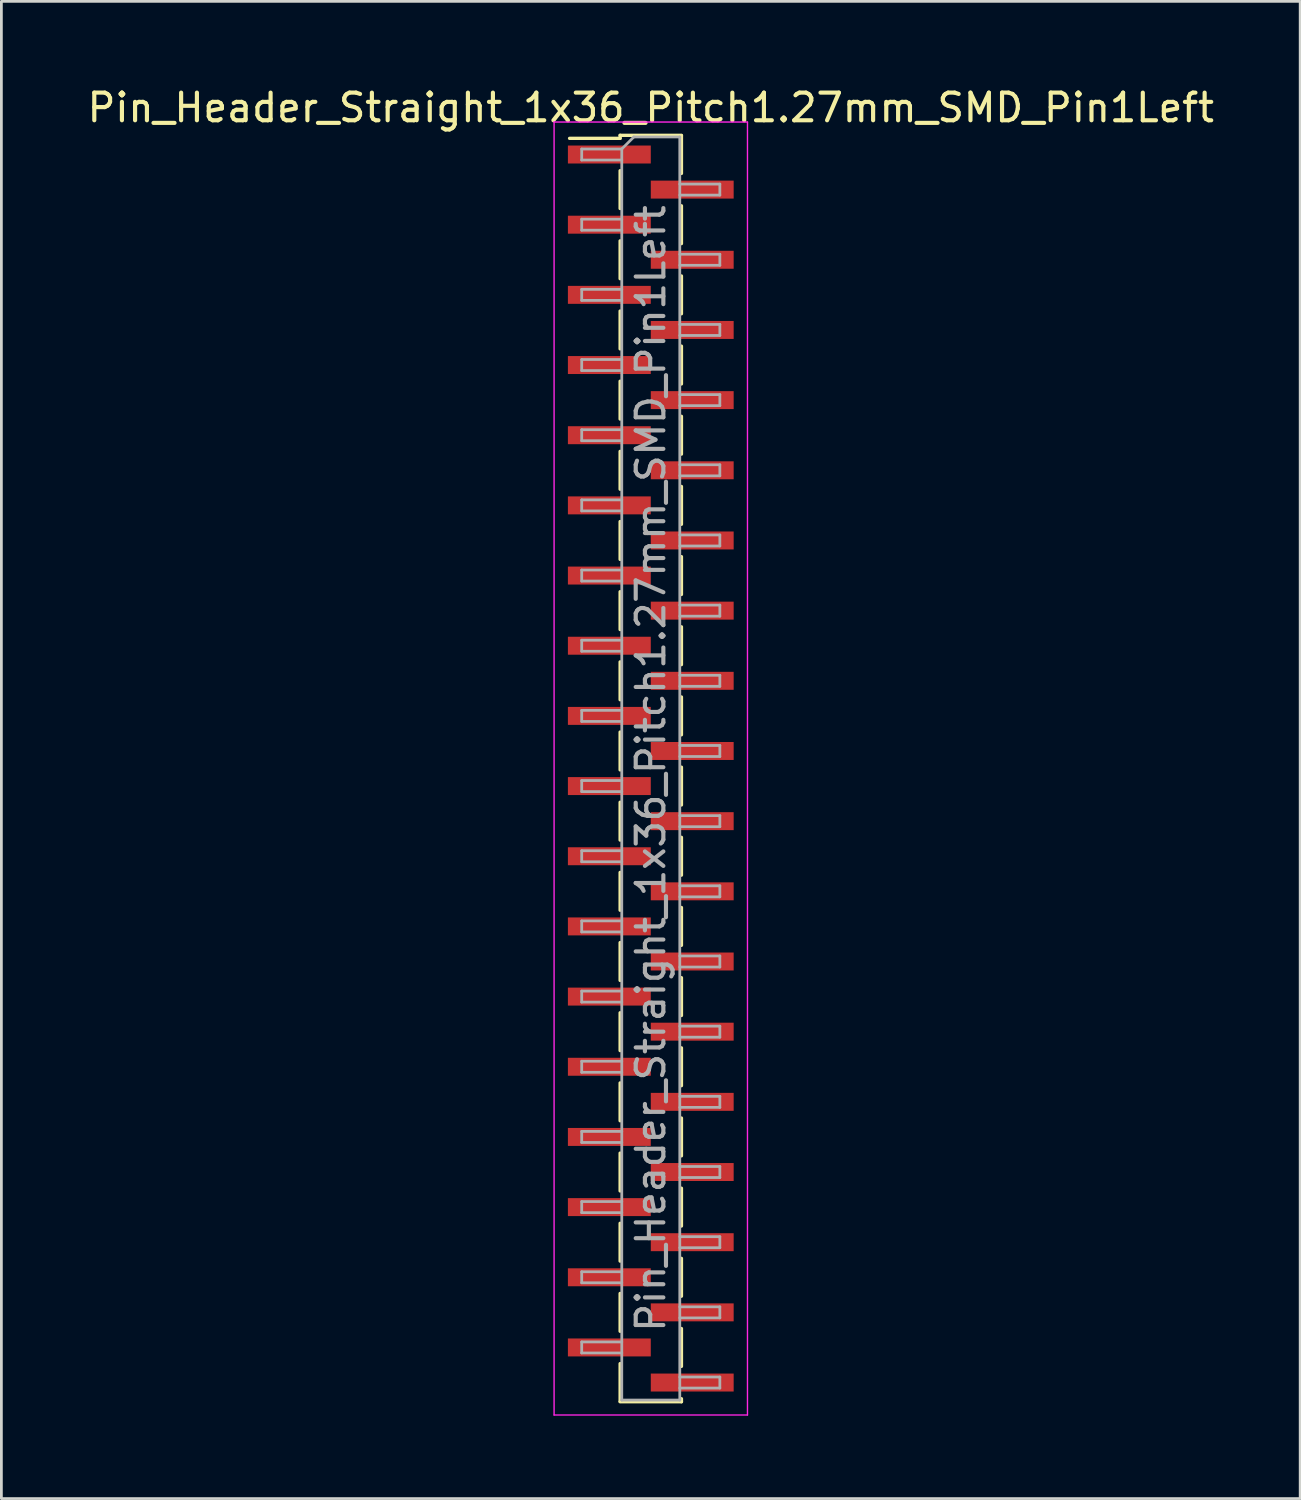
<source format=kicad_pcb>
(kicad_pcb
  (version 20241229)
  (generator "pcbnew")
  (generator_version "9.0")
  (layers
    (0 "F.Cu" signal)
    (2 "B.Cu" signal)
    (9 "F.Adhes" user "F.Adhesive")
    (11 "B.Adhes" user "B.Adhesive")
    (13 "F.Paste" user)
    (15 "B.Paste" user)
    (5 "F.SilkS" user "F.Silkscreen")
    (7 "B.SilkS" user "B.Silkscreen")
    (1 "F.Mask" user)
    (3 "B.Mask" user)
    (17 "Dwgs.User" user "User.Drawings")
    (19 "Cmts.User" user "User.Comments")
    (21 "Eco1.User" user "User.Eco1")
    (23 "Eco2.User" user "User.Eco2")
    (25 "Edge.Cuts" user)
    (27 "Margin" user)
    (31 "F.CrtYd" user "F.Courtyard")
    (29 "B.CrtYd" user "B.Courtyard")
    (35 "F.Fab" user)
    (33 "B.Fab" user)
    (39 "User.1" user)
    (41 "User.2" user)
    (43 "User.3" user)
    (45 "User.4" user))
  (footprint "Pin_Header_Straight_1x36_Pitch1.27mm_SMD_Pin1Left"
    (layer "F.Cu")
    (at 20.506 24.768)
    (property "Reference" "Pin_Header_Straight_1x36_Pitch1.27mm_SMD_Pin1Left" (at 0 -23.92 0) (layer "F.SilkS") (effects (font (size 1 1) (thickness 0.15))))
    (attr smd)
    (fp_line (start -1.11 -22.92) (end -1.11 -22.81) (stroke (width 0.12) (type solid)) (layer "F.SilkS"))
    (fp_line (start -1.11 -22.92) (end 1.11 -22.92) (stroke (width 0.12) (type solid)) (layer "F.SilkS"))
    (fp_line (start -1.11 -22.81) (end -2.94 -22.81) (stroke (width 0.12) (type solid)) (layer "F.SilkS"))
    (fp_line (start -1.11 -21.64) (end -1.11 -20.27) (stroke (width 0.12) (type solid)) (layer "F.SilkS"))
    (fp_line (start -1.11 -19.1) (end -1.11 -17.73) (stroke (width 0.12) (type solid)) (layer "F.SilkS"))
    (fp_line (start -1.11 -16.56) (end -1.11 -15.19) (stroke (width 0.12) (type solid)) (layer "F.SilkS"))
    (fp_line (start -1.11 -14.02) (end -1.11 -12.65) (stroke (width 0.12) (type solid)) (layer "F.SilkS"))
    (fp_line (start -1.11 -11.48) (end -1.11 -10.11) (stroke (width 0.12) (type solid)) (layer "F.SilkS"))
    (fp_line (start -1.11 -8.94) (end -1.11 -7.57) (stroke (width 0.12) (type solid)) (layer "F.SilkS"))
    (fp_line (start -1.11 -6.4) (end -1.11 -5.03) (stroke (width 0.12) (type solid)) (layer "F.SilkS"))
    (fp_line (start -1.11 -3.86) (end -1.11 -2.49) (stroke (width 0.12) (type solid)) (layer "F.SilkS"))
    (fp_line (start -1.11 -1.32) (end -1.11 0.05) (stroke (width 0.12) (type solid)) (layer "F.SilkS"))
    (fp_line (start -1.11 1.22) (end -1.11 2.59) (stroke (width 0.12) (type solid)) (layer "F.SilkS"))
    (fp_line (start -1.11 3.76) (end -1.11 5.13) (stroke (width 0.12) (type solid)) (layer "F.SilkS"))
    (fp_line (start -1.11 6.3) (end -1.11 7.67) (stroke (width 0.12) (type solid)) (layer "F.SilkS"))
    (fp_line (start -1.11 8.84) (end -1.11 10.21) (stroke (width 0.12) (type solid)) (layer "F.SilkS"))
    (fp_line (start -1.11 11.38) (end -1.11 12.75) (stroke (width 0.12) (type solid)) (layer "F.SilkS"))
    (fp_line (start -1.11 13.92) (end -1.11 15.29) (stroke (width 0.12) (type solid)) (layer "F.SilkS"))
    (fp_line (start -1.11 16.46) (end -1.11 17.83) (stroke (width 0.12) (type solid)) (layer "F.SilkS"))
    (fp_line (start -1.11 19) (end -1.11 20.37) (stroke (width 0.12) (type solid)) (layer "F.SilkS"))
    (fp_line (start -1.11 21.54) (end -1.11 22.91) (stroke (width 0.12) (type solid)) (layer "F.SilkS"))
    (fp_line (start -1.11 22.92) (end 1.11 22.92) (stroke (width 0.12) (type solid)) (layer "F.SilkS"))
    (fp_line (start 1.11 -22.91) (end 1.11 -21.54) (stroke (width 0.12) (type solid)) (layer "F.SilkS"))
    (fp_line (start 1.11 -20.37) (end 1.11 -19) (stroke (width 0.12) (type solid)) (layer "F.SilkS"))
    (fp_line (start 1.11 -17.83) (end 1.11 -16.46) (stroke (width 0.12) (type solid)) (layer "F.SilkS"))
    (fp_line (start 1.11 -15.29) (end 1.11 -13.92) (stroke (width 0.12) (type solid)) (layer "F.SilkS"))
    (fp_line (start 1.11 -12.75) (end 1.11 -11.38) (stroke (width 0.12) (type solid)) (layer "F.SilkS"))
    (fp_line (start 1.11 -10.21) (end 1.11 -8.84) (stroke (width 0.12) (type solid)) (layer "F.SilkS"))
    (fp_line (start 1.11 -7.67) (end 1.11 -6.3) (stroke (width 0.12) (type solid)) (layer "F.SilkS"))
    (fp_line (start 1.11 -5.13) (end 1.11 -3.76) (stroke (width 0.12) (type solid)) (layer "F.SilkS"))
    (fp_line (start 1.11 -2.59) (end 1.11 -1.22) (stroke (width 0.12) (type solid)) (layer "F.SilkS"))
    (fp_line (start 1.11 -0.05) (end 1.11 1.32) (stroke (width 0.12) (type solid)) (layer "F.SilkS"))
    (fp_line (start 1.11 2.49) (end 1.11 3.86) (stroke (width 0.12) (type solid)) (layer "F.SilkS"))
    (fp_line (start 1.11 5.03) (end 1.11 6.4) (stroke (width 0.12) (type solid)) (layer "F.SilkS"))
    (fp_line (start 1.11 7.57) (end 1.11 8.94) (stroke (width 0.12) (type solid)) (layer "F.SilkS"))
    (fp_line (start 1.11 10.11) (end 1.11 11.48) (stroke (width 0.12) (type solid)) (layer "F.SilkS"))
    (fp_line (start 1.11 12.65) (end 1.11 14.02) (stroke (width 0.12) (type solid)) (layer "F.SilkS"))
    (fp_line (start 1.11 15.19) (end 1.11 16.56) (stroke (width 0.12) (type solid)) (layer "F.SilkS"))
    (fp_line (start 1.11 17.73) (end 1.11 19.1) (stroke (width 0.12) (type solid)) (layer "F.SilkS"))
    (fp_line (start 1.11 20.27) (end 1.11 21.64) (stroke (width 0.12) (type solid)) (layer "F.SilkS"))
    (fp_line (start 1.11 22.81) (end 1.11 22.92) (stroke (width 0.12) (type solid)) (layer "F.SilkS"))
    (fp_line (start -3.5 -23.4) (end -3.5 23.4) (stroke (width 0.05) (type solid)) (layer "F.CrtYd"))
    (fp_line (start -3.5 23.4) (end 3.5 23.4) (stroke (width 0.05) (type solid)) (layer "F.CrtYd"))
    (fp_line (start 3.5 -23.4) (end -3.5 -23.4) (stroke (width 0.05) (type solid)) (layer "F.CrtYd"))
    (fp_line (start 3.5 23.4) (end 3.5 -23.4) (stroke (width 0.05) (type solid)) (layer "F.CrtYd"))
    (fp_line (start -2.5 -22.425) (end -2.5 -22.025) (stroke (width 0.1) (type solid)) (layer "F.Fab"))
    (fp_line (start -2.5 -22.025) (end -1.05 -22.025) (stroke (width 0.1) (type solid)) (layer "F.Fab"))
    (fp_line (start -2.5 -19.885) (end -2.5 -19.485) (stroke (width 0.1) (type solid)) (layer "F.Fab"))
    (fp_line (start -2.5 -19.485) (end -1.05 -19.485) (stroke (width 0.1) (type solid)) (layer "F.Fab"))
    (fp_line (start -2.5 -17.345) (end -2.5 -16.945) (stroke (width 0.1) (type solid)) (layer "F.Fab"))
    (fp_line (start -2.5 -16.945) (end -1.05 -16.945) (stroke (width 0.1) (type solid)) (layer "F.Fab"))
    (fp_line (start -2.5 -14.805) (end -2.5 -14.405) (stroke (width 0.1) (type solid)) (layer "F.Fab"))
    (fp_line (start -2.5 -14.405) (end -1.05 -14.405) (stroke (width 0.1) (type solid)) (layer "F.Fab"))
    (fp_line (start -2.5 -12.265) (end -2.5 -11.865) (stroke (width 0.1) (type solid)) (layer "F.Fab"))
    (fp_line (start -2.5 -11.865) (end -1.05 -11.865) (stroke (width 0.1) (type solid)) (layer "F.Fab"))
    (fp_line (start -2.5 -9.725) (end -2.5 -9.325) (stroke (width 0.1) (type solid)) (layer "F.Fab"))
    (fp_line (start -2.5 -9.325) (end -1.05 -9.325) (stroke (width 0.1) (type solid)) (layer "F.Fab"))
    (fp_line (start -2.5 -7.185) (end -2.5 -6.785) (stroke (width 0.1) (type solid)) (layer "F.Fab"))
    (fp_line (start -2.5 -6.785) (end -1.05 -6.785) (stroke (width 0.1) (type solid)) (layer "F.Fab"))
    (fp_line (start -2.5 -4.645) (end -2.5 -4.245) (stroke (width 0.1) (type solid)) (layer "F.Fab"))
    (fp_line (start -2.5 -4.245) (end -1.05 -4.245) (stroke (width 0.1) (type solid)) (layer "F.Fab"))
    (fp_line (start -2.5 -2.105) (end -2.5 -1.705) (stroke (width 0.1) (type solid)) (layer "F.Fab"))
    (fp_line (start -2.5 -1.705) (end -1.05 -1.705) (stroke (width 0.1) (type solid)) (layer "F.Fab"))
    (fp_line (start -2.5 0.435) (end -2.5 0.835) (stroke (width 0.1) (type solid)) (layer "F.Fab"))
    (fp_line (start -2.5 0.835) (end -1.05 0.835) (stroke (width 0.1) (type solid)) (layer "F.Fab"))
    (fp_line (start -2.5 2.975) (end -2.5 3.375) (stroke (width 0.1) (type solid)) (layer "F.Fab"))
    (fp_line (start -2.5 3.375) (end -1.05 3.375) (stroke (width 0.1) (type solid)) (layer "F.Fab"))
    (fp_line (start -2.5 5.515) (end -2.5 5.915) (stroke (width 0.1) (type solid)) (layer "F.Fab"))
    (fp_line (start -2.5 5.915) (end -1.05 5.915) (stroke (width 0.1) (type solid)) (layer "F.Fab"))
    (fp_line (start -2.5 8.055) (end -2.5 8.455) (stroke (width 0.1) (type solid)) (layer "F.Fab"))
    (fp_line (start -2.5 8.455) (end -1.05 8.455) (stroke (width 0.1) (type solid)) (layer "F.Fab"))
    (fp_line (start -2.5 10.595) (end -2.5 10.995) (stroke (width 0.1) (type solid)) (layer "F.Fab"))
    (fp_line (start -2.5 10.995) (end -1.05 10.995) (stroke (width 0.1) (type solid)) (layer "F.Fab"))
    (fp_line (start -2.5 13.135) (end -2.5 13.535) (stroke (width 0.1) (type solid)) (layer "F.Fab"))
    (fp_line (start -2.5 13.535) (end -1.05 13.535) (stroke (width 0.1) (type solid)) (layer "F.Fab"))
    (fp_line (start -2.5 15.675) (end -2.5 16.075) (stroke (width 0.1) (type solid)) (layer "F.Fab"))
    (fp_line (start -2.5 16.075) (end -1.05 16.075) (stroke (width 0.1) (type solid)) (layer "F.Fab"))
    (fp_line (start -2.5 18.215) (end -2.5 18.615) (stroke (width 0.1) (type solid)) (layer "F.Fab"))
    (fp_line (start -2.5 18.615) (end -1.05 18.615) (stroke (width 0.1) (type solid)) (layer "F.Fab"))
    (fp_line (start -2.5 20.755) (end -2.5 21.155) (stroke (width 0.1) (type solid)) (layer "F.Fab"))
    (fp_line (start -2.5 21.155) (end -1.05 21.155) (stroke (width 0.1) (type solid)) (layer "F.Fab"))
    (fp_line (start -1.05 -22.425) (end -2.5 -22.425) (stroke (width 0.1) (type solid)) (layer "F.Fab"))
    (fp_line (start -1.05 -22.425) (end -0.615 -22.86) (stroke (width 0.1) (type solid)) (layer "F.Fab"))
    (fp_line (start -1.05 -19.885) (end -2.5 -19.885) (stroke (width 0.1) (type solid)) (layer "F.Fab"))
    (fp_line (start -1.05 -17.345) (end -2.5 -17.345) (stroke (width 0.1) (type solid)) (layer "F.Fab"))
    (fp_line (start -1.05 -14.805) (end -2.5 -14.805) (stroke (width 0.1) (type solid)) (layer "F.Fab"))
    (fp_line (start -1.05 -12.265) (end -2.5 -12.265) (stroke (width 0.1) (type solid)) (layer "F.Fab"))
    (fp_line (start -1.05 -9.725) (end -2.5 -9.725) (stroke (width 0.1) (type solid)) (layer "F.Fab"))
    (fp_line (start -1.05 -7.185) (end -2.5 -7.185) (stroke (width 0.1) (type solid)) (layer "F.Fab"))
    (fp_line (start -1.05 -4.645) (end -2.5 -4.645) (stroke (width 0.1) (type solid)) (layer "F.Fab"))
    (fp_line (start -1.05 -2.105) (end -2.5 -2.105) (stroke (width 0.1) (type solid)) (layer "F.Fab"))
    (fp_line (start -1.05 0.435) (end -2.5 0.435) (stroke (width 0.1) (type solid)) (layer "F.Fab"))
    (fp_line (start -1.05 2.975) (end -2.5 2.975) (stroke (width 0.1) (type solid)) (layer "F.Fab"))
    (fp_line (start -1.05 5.515) (end -2.5 5.515) (stroke (width 0.1) (type solid)) (layer "F.Fab"))
    (fp_line (start -1.05 8.055) (end -2.5 8.055) (stroke (width 0.1) (type solid)) (layer "F.Fab"))
    (fp_line (start -1.05 10.595) (end -2.5 10.595) (stroke (width 0.1) (type solid)) (layer "F.Fab"))
    (fp_line (start -1.05 13.135) (end -2.5 13.135) (stroke (width 0.1) (type solid)) (layer "F.Fab"))
    (fp_line (start -1.05 15.675) (end -2.5 15.675) (stroke (width 0.1) (type solid)) (layer "F.Fab"))
    (fp_line (start -1.05 18.215) (end -2.5 18.215) (stroke (width 0.1) (type solid)) (layer "F.Fab"))
    (fp_line (start -1.05 20.755) (end -2.5 20.755) (stroke (width 0.1) (type solid)) (layer "F.Fab"))
    (fp_line (start -1.05 22.86) (end -1.05 -22.425) (stroke (width 0.1) (type solid)) (layer "F.Fab"))
    (fp_line (start -0.615 -22.86) (end 1.05 -22.86) (stroke (width 0.1) (type solid)) (layer "F.Fab"))
    (fp_line (start 1.05 -22.86) (end 1.05 22.86) (stroke (width 0.1) (type solid)) (layer "F.Fab"))
    (fp_line (start 1.05 -21.155) (end 2.5 -21.155) (stroke (width 0.1) (type solid)) (layer "F.Fab"))
    (fp_line (start 1.05 -18.615) (end 2.5 -18.615) (stroke (width 0.1) (type solid)) (layer "F.Fab"))
    (fp_line (start 1.05 -16.075) (end 2.5 -16.075) (stroke (width 0.1) (type solid)) (layer "F.Fab"))
    (fp_line (start 1.05 -13.535) (end 2.5 -13.535) (stroke (width 0.1) (type solid)) (layer "F.Fab"))
    (fp_line (start 1.05 -10.995) (end 2.5 -10.995) (stroke (width 0.1) (type solid)) (layer "F.Fab"))
    (fp_line (start 1.05 -8.455) (end 2.5 -8.455) (stroke (width 0.1) (type solid)) (layer "F.Fab"))
    (fp_line (start 1.05 -5.915) (end 2.5 -5.915) (stroke (width 0.1) (type solid)) (layer "F.Fab"))
    (fp_line (start 1.05 -3.375) (end 2.5 -3.375) (stroke (width 0.1) (type solid)) (layer "F.Fab"))
    (fp_line (start 1.05 -0.835) (end 2.5 -0.835) (stroke (width 0.1) (type solid)) (layer "F.Fab"))
    (fp_line (start 1.05 1.705) (end 2.5 1.705) (stroke (width 0.1) (type solid)) (layer "F.Fab"))
    (fp_line (start 1.05 4.245) (end 2.5 4.245) (stroke (width 0.1) (type solid)) (layer "F.Fab"))
    (fp_line (start 1.05 6.785) (end 2.5 6.785) (stroke (width 0.1) (type solid)) (layer "F.Fab"))
    (fp_line (start 1.05 9.325) (end 2.5 9.325) (stroke (width 0.1) (type solid)) (layer "F.Fab"))
    (fp_line (start 1.05 11.865) (end 2.5 11.865) (stroke (width 0.1) (type solid)) (layer "F.Fab"))
    (fp_line (start 1.05 14.405) (end 2.5 14.405) (stroke (width 0.1) (type solid)) (layer "F.Fab"))
    (fp_line (start 1.05 16.945) (end 2.5 16.945) (stroke (width 0.1) (type solid)) (layer "F.Fab"))
    (fp_line (start 1.05 19.485) (end 2.5 19.485) (stroke (width 0.1) (type solid)) (layer "F.Fab"))
    (fp_line (start 1.05 22.025) (end 2.5 22.025) (stroke (width 0.1) (type solid)) (layer "F.Fab"))
    (fp_line (start 1.05 22.86) (end -1.05 22.86) (stroke (width 0.1) (type solid)) (layer "F.Fab"))
    (fp_line (start 2.5 -21.155) (end 2.5 -20.755) (stroke (width 0.1) (type solid)) (layer "F.Fab"))
    (fp_line (start 2.5 -20.755) (end 1.05 -20.755) (stroke (width 0.1) (type solid)) (layer "F.Fab"))
    (fp_line (start 2.5 -18.615) (end 2.5 -18.215) (stroke (width 0.1) (type solid)) (layer "F.Fab"))
    (fp_line (start 2.5 -18.215) (end 1.05 -18.215) (stroke (width 0.1) (type solid)) (layer "F.Fab"))
    (fp_line (start 2.5 -16.075) (end 2.5 -15.675) (stroke (width 0.1) (type solid)) (layer "F.Fab"))
    (fp_line (start 2.5 -15.675) (end 1.05 -15.675) (stroke (width 0.1) (type solid)) (layer "F.Fab"))
    (fp_line (start 2.5 -13.535) (end 2.5 -13.135) (stroke (width 0.1) (type solid)) (layer "F.Fab"))
    (fp_line (start 2.5 -13.135) (end 1.05 -13.135) (stroke (width 0.1) (type solid)) (layer "F.Fab"))
    (fp_line (start 2.5 -10.995) (end 2.5 -10.595) (stroke (width 0.1) (type solid)) (layer "F.Fab"))
    (fp_line (start 2.5 -10.595) (end 1.05 -10.595) (stroke (width 0.1) (type solid)) (layer "F.Fab"))
    (fp_line (start 2.5 -8.455) (end 2.5 -8.055) (stroke (width 0.1) (type solid)) (layer "F.Fab"))
    (fp_line (start 2.5 -8.055) (end 1.05 -8.055) (stroke (width 0.1) (type solid)) (layer "F.Fab"))
    (fp_line (start 2.5 -5.915) (end 2.5 -5.515) (stroke (width 0.1) (type solid)) (layer "F.Fab"))
    (fp_line (start 2.5 -5.515) (end 1.05 -5.515) (stroke (width 0.1) (type solid)) (layer "F.Fab"))
    (fp_line (start 2.5 -3.375) (end 2.5 -2.975) (stroke (width 0.1) (type solid)) (layer "F.Fab"))
    (fp_line (start 2.5 -2.975) (end 1.05 -2.975) (stroke (width 0.1) (type solid)) (layer "F.Fab"))
    (fp_line (start 2.5 -0.835) (end 2.5 -0.435) (stroke (width 0.1) (type solid)) (layer "F.Fab"))
    (fp_line (start 2.5 -0.435) (end 1.05 -0.435) (stroke (width 0.1) (type solid)) (layer "F.Fab"))
    (fp_line (start 2.5 1.705) (end 2.5 2.105) (stroke (width 0.1) (type solid)) (layer "F.Fab"))
    (fp_line (start 2.5 2.105) (end 1.05 2.105) (stroke (width 0.1) (type solid)) (layer "F.Fab"))
    (fp_line (start 2.5 4.245) (end 2.5 4.645) (stroke (width 0.1) (type solid)) (layer "F.Fab"))
    (fp_line (start 2.5 4.645) (end 1.05 4.645) (stroke (width 0.1) (type solid)) (layer "F.Fab"))
    (fp_line (start 2.5 6.785) (end 2.5 7.185) (stroke (width 0.1) (type solid)) (layer "F.Fab"))
    (fp_line (start 2.5 7.185) (end 1.05 7.185) (stroke (width 0.1) (type solid)) (layer "F.Fab"))
    (fp_line (start 2.5 9.325) (end 2.5 9.725) (stroke (width 0.1) (type solid)) (layer "F.Fab"))
    (fp_line (start 2.5 9.725) (end 1.05 9.725) (stroke (width 0.1) (type solid)) (layer "F.Fab"))
    (fp_line (start 2.5 11.865) (end 2.5 12.265) (stroke (width 0.1) (type solid)) (layer "F.Fab"))
    (fp_line (start 2.5 12.265) (end 1.05 12.265) (stroke (width 0.1) (type solid)) (layer "F.Fab"))
    (fp_line (start 2.5 14.405) (end 2.5 14.805) (stroke (width 0.1) (type solid)) (layer "F.Fab"))
    (fp_line (start 2.5 14.805) (end 1.05 14.805) (stroke (width 0.1) (type solid)) (layer "F.Fab"))
    (fp_line (start 2.5 16.945) (end 2.5 17.345) (stroke (width 0.1) (type solid)) (layer "F.Fab"))
    (fp_line (start 2.5 17.345) (end 1.05 17.345) (stroke (width 0.1) (type solid)) (layer "F.Fab"))
    (fp_line (start 2.5 19.485) (end 2.5 19.885) (stroke (width 0.1) (type solid)) (layer "F.Fab"))
    (fp_line (start 2.5 19.885) (end 1.05 19.885) (stroke (width 0.1) (type solid)) (layer "F.Fab"))
    (fp_line (start 2.5 22.025) (end 2.5 22.425) (stroke (width 0.1) (type solid)) (layer "F.Fab"))
    (fp_line (start 2.5 22.425) (end 1.05 22.425) (stroke (width 0.1) (type solid)) (layer "F.Fab"))
    (fp_text user "${REFERENCE}" (at 0 0 90) (layer "F.Fab") (effects (font (size 1 1) (thickness 0.15))))
    (pad "1" smd rect (at -1.5 -22.225) (size 3 0.65) (layers "F.Cu" "F.Mask" "F.Paste"))
    (pad "2" smd rect (at 1.5 -20.955) (size 3 0.65) (layers "F.Cu" "F.Mask" "F.Paste"))
    (pad "3" smd rect (at -1.5 -19.685) (size 3 0.65) (layers "F.Cu" "F.Mask" "F.Paste"))
    (pad "4" smd rect (at 1.5 -18.415) (size 3 0.65) (layers "F.Cu" "F.Mask" "F.Paste"))
    (pad "5" smd rect (at -1.5 -17.145) (size 3 0.65) (layers "F.Cu" "F.Mask" "F.Paste"))
    (pad "6" smd rect (at 1.5 -15.875) (size 3 0.65) (layers "F.Cu" "F.Mask" "F.Paste"))
    (pad "7" smd rect (at -1.5 -14.605) (size 3 0.65) (layers "F.Cu" "F.Mask" "F.Paste"))
    (pad "8" smd rect (at 1.5 -13.335) (size 3 0.65) (layers "F.Cu" "F.Mask" "F.Paste"))
    (pad "9" smd rect (at -1.5 -12.065) (size 3 0.65) (layers "F.Cu" "F.Mask" "F.Paste"))
    (pad "10" smd rect (at 1.5 -10.795) (size 3 0.65) (layers "F.Cu" "F.Mask" "F.Paste"))
    (pad "11" smd rect (at -1.5 -9.525) (size 3 0.65) (layers "F.Cu" "F.Mask" "F.Paste"))
    (pad "12" smd rect (at 1.5 -8.255) (size 3 0.65) (layers "F.Cu" "F.Mask" "F.Paste"))
    (pad "13" smd rect (at -1.5 -6.985) (size 3 0.65) (layers "F.Cu" "F.Mask" "F.Paste"))
    (pad "14" smd rect (at 1.5 -5.715) (size 3 0.65) (layers "F.Cu" "F.Mask" "F.Paste"))
    (pad "15" smd rect (at -1.5 -4.445) (size 3 0.65) (layers "F.Cu" "F.Mask" "F.Paste"))
    (pad "16" smd rect (at 1.5 -3.175) (size 3 0.65) (layers "F.Cu" "F.Mask" "F.Paste"))
    (pad "17" smd rect (at -1.5 -1.905) (size 3 0.65) (layers "F.Cu" "F.Mask" "F.Paste"))
    (pad "18" smd rect (at 1.5 -0.635) (size 3 0.65) (layers "F.Cu" "F.Mask" "F.Paste"))
    (pad "19" smd rect (at -1.5 0.635) (size 3 0.65) (layers "F.Cu" "F.Mask" "F.Paste"))
    (pad "20" smd rect (at 1.5 1.905) (size 3 0.65) (layers "F.Cu" "F.Mask" "F.Paste"))
    (pad "21" smd rect (at -1.5 3.175) (size 3 0.65) (layers "F.Cu" "F.Mask" "F.Paste"))
    (pad "22" smd rect (at 1.5 4.445) (size 3 0.65) (layers "F.Cu" "F.Mask" "F.Paste"))
    (pad "23" smd rect (at -1.5 5.715) (size 3 0.65) (layers "F.Cu" "F.Mask" "F.Paste"))
    (pad "24" smd rect (at 1.5 6.985) (size 3 0.65) (layers "F.Cu" "F.Mask" "F.Paste"))
    (pad "25" smd rect (at -1.5 8.255) (size 3 0.65) (layers "F.Cu" "F.Mask" "F.Paste"))
    (pad "26" smd rect (at 1.5 9.525) (size 3 0.65) (layers "F.Cu" "F.Mask" "F.Paste"))
    (pad "27" smd rect (at -1.5 10.795) (size 3 0.65) (layers "F.Cu" "F.Mask" "F.Paste"))
    (pad "28" smd rect (at 1.5 12.065) (size 3 0.65) (layers "F.Cu" "F.Mask" "F.Paste"))
    (pad "29" smd rect (at -1.5 13.335) (size 3 0.65) (layers "F.Cu" "F.Mask" "F.Paste"))
    (pad "30" smd rect (at 1.5 14.605) (size 3 0.65) (layers "F.Cu" "F.Mask" "F.Paste"))
    (pad "31" smd rect (at -1.5 15.875) (size 3 0.65) (layers "F.Cu" "F.Mask" "F.Paste"))
    (pad "32" smd rect (at 1.5 17.145) (size 3 0.65) (layers "F.Cu" "F.Mask" "F.Paste"))
    (pad "33" smd rect (at -1.5 18.415) (size 3 0.65) (layers "F.Cu" "F.Mask" "F.Paste"))
    (pad "34" smd rect (at 1.5 19.685) (size 3 0.65) (layers "F.Cu" "F.Mask" "F.Paste"))
    (pad "35" smd rect (at -1.5 20.955) (size 3 0.65) (layers "F.Cu" "F.Mask" "F.Paste"))
    (pad "36" smd rect (at 1.5 22.225) (size 3 0.65) (layers "F.Cu" "F.Mask" "F.Paste")))
  (gr_rect
    (start -3 -3)
    (end 44.012 51.193)
    (stroke (width 0.1) (type default))
    (fill no)
    (layer "Edge.Cuts")))
</source>
